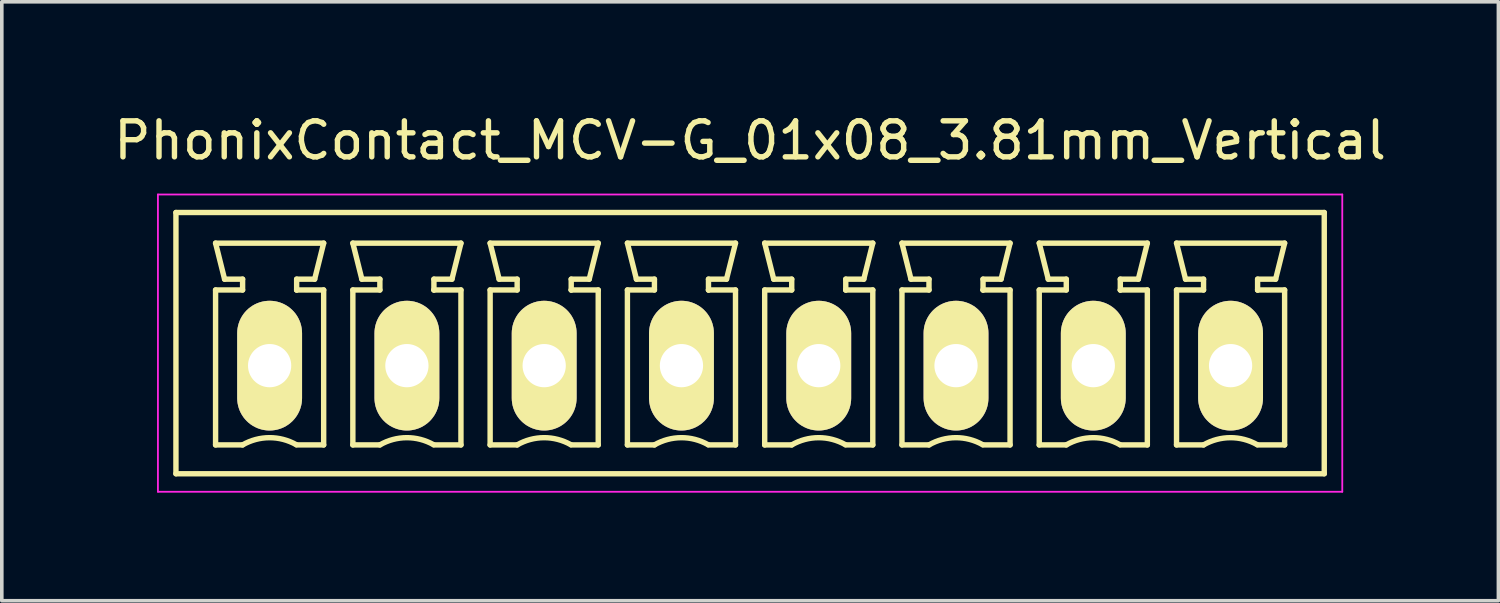
<source format=kicad_pcb>
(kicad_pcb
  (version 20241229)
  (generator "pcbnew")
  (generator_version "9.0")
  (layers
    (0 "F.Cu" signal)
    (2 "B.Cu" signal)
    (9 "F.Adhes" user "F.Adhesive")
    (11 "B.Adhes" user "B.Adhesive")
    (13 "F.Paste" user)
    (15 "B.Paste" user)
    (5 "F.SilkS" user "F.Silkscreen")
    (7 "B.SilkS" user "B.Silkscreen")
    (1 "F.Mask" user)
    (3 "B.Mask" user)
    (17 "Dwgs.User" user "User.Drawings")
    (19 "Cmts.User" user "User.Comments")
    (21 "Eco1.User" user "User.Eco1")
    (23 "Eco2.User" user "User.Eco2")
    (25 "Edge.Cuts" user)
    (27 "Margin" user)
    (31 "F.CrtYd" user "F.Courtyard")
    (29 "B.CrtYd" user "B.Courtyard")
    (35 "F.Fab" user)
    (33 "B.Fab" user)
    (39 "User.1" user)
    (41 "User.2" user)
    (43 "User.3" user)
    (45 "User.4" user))
  (footprint "PhonixContact_MCV-G_01x08_3.81mm_Vertical"
    (layer "F.Cu")
    (at 4.433 7.098)
    (property "Reference" "PhonixContact_MCV-G_01x08_3.81mm_Vertical" (at 13.335 -6.25 0) (layer "F.SilkS") (effects (font (size 1 1) (thickness 0.15))))
    (attr through_hole)
    (fp_line (start -2.6 -4.25) (end -2.6 3) (stroke (width 0.15) (type solid)) (layer "F.SilkS"))
    (fp_line (start -2.6 3) (end 29.27 3) (stroke (width 0.15) (type solid)) (layer "F.SilkS"))
    (fp_line (start -1.5 -3.4) (end 1.5 -3.4) (stroke (width 0.15) (type solid)) (layer "F.SilkS"))
    (fp_line (start -1.5 -2.1) (end -0.75 -2.1) (stroke (width 0.15) (type solid)) (layer "F.SilkS"))
    (fp_line (start -1.5 2.2) (end -1.5 -2.1) (stroke (width 0.15) (type solid)) (layer "F.SilkS"))
    (fp_line (start -1.25 -2.4) (end -1.5 -3.4) (stroke (width 0.15) (type solid)) (layer "F.SilkS"))
    (fp_line (start -0.75 -2.4) (end -1.25 -2.4) (stroke (width 0.15) (type solid)) (layer "F.SilkS"))
    (fp_line (start -0.75 -2.1) (end -0.75 -2.4) (stroke (width 0.15) (type solid)) (layer "F.SilkS"))
    (fp_line (start -0.75 2.2) (end -1.5 2.2) (stroke (width 0.15) (type solid)) (layer "F.SilkS"))
    (fp_line (start 0.75 -2.4) (end 0.75 -2.1) (stroke (width 0.15) (type solid)) (layer "F.SilkS"))
    (fp_line (start 0.75 -2.1) (end 0.75 -2.1) (stroke (width 0.15) (type solid)) (layer "F.SilkS"))
    (fp_line (start 0.75 -2.1) (end 1.5 -2.1) (stroke (width 0.15) (type solid)) (layer "F.SilkS"))
    (fp_line (start 1.25 -2.4) (end 0.75 -2.4) (stroke (width 0.15) (type solid)) (layer "F.SilkS"))
    (fp_line (start 1.5 -3.4) (end 1.25 -2.4) (stroke (width 0.15) (type solid)) (layer "F.SilkS"))
    (fp_line (start 1.5 -2.1) (end 1.5 2.2) (stroke (width 0.15) (type solid)) (layer "F.SilkS"))
    (fp_line (start 1.5 2.2) (end 0.75 2.2) (stroke (width 0.15) (type solid)) (layer "F.SilkS"))
    (fp_line (start 2.31 -3.4) (end 5.31 -3.4) (stroke (width 0.15) (type solid)) (layer "F.SilkS"))
    (fp_line (start 2.31 -2.1) (end 3.06 -2.1) (stroke (width 0.15) (type solid)) (layer "F.SilkS"))
    (fp_line (start 2.31 2.2) (end 2.31 -2.1) (stroke (width 0.15) (type solid)) (layer "F.SilkS"))
    (fp_line (start 2.56 -2.4) (end 2.31 -3.4) (stroke (width 0.15) (type solid)) (layer "F.SilkS"))
    (fp_line (start 3.06 -2.4) (end 2.56 -2.4) (stroke (width 0.15) (type solid)) (layer "F.SilkS"))
    (fp_line (start 3.06 -2.1) (end 3.06 -2.4) (stroke (width 0.15) (type solid)) (layer "F.SilkS"))
    (fp_line (start 3.06 2.2) (end 2.31 2.2) (stroke (width 0.15) (type solid)) (layer "F.SilkS"))
    (fp_line (start 4.56 -2.4) (end 4.56 -2.1) (stroke (width 0.15) (type solid)) (layer "F.SilkS"))
    (fp_line (start 4.56 -2.1) (end 4.56 -2.1) (stroke (width 0.15) (type solid)) (layer "F.SilkS"))
    (fp_line (start 4.56 -2.1) (end 5.31 -2.1) (stroke (width 0.15) (type solid)) (layer "F.SilkS"))
    (fp_line (start 5.06 -2.4) (end 4.56 -2.4) (stroke (width 0.15) (type solid)) (layer "F.SilkS"))
    (fp_line (start 5.31 -3.4) (end 5.06 -2.4) (stroke (width 0.15) (type solid)) (layer "F.SilkS"))
    (fp_line (start 5.31 -2.1) (end 5.31 2.2) (stroke (width 0.15) (type solid)) (layer "F.SilkS"))
    (fp_line (start 5.31 2.2) (end 4.56 2.2) (stroke (width 0.15) (type solid)) (layer "F.SilkS"))
    (fp_line (start 6.12 -3.4) (end 9.12 -3.4) (stroke (width 0.15) (type solid)) (layer "F.SilkS"))
    (fp_line (start 6.12 -2.1) (end 6.87 -2.1) (stroke (width 0.15) (type solid)) (layer "F.SilkS"))
    (fp_line (start 6.12 2.2) (end 6.12 -2.1) (stroke (width 0.15) (type solid)) (layer "F.SilkS"))
    (fp_line (start 6.37 -2.4) (end 6.12 -3.4) (stroke (width 0.15) (type solid)) (layer "F.SilkS"))
    (fp_line (start 6.87 -2.4) (end 6.37 -2.4) (stroke (width 0.15) (type solid)) (layer "F.SilkS"))
    (fp_line (start 6.87 -2.1) (end 6.87 -2.4) (stroke (width 0.15) (type solid)) (layer "F.SilkS"))
    (fp_line (start 6.87 2.2) (end 6.12 2.2) (stroke (width 0.15) (type solid)) (layer "F.SilkS"))
    (fp_line (start 8.37 -2.4) (end 8.37 -2.1) (stroke (width 0.15) (type solid)) (layer "F.SilkS"))
    (fp_line (start 8.37 -2.1) (end 8.37 -2.1) (stroke (width 0.15) (type solid)) (layer "F.SilkS"))
    (fp_line (start 8.37 -2.1) (end 9.12 -2.1) (stroke (width 0.15) (type solid)) (layer "F.SilkS"))
    (fp_line (start 8.87 -2.4) (end 8.37 -2.4) (stroke (width 0.15) (type solid)) (layer "F.SilkS"))
    (fp_line (start 9.12 -3.4) (end 8.87 -2.4) (stroke (width 0.15) (type solid)) (layer "F.SilkS"))
    (fp_line (start 9.12 -2.1) (end 9.12 2.2) (stroke (width 0.15) (type solid)) (layer "F.SilkS"))
    (fp_line (start 9.12 2.2) (end 8.37 2.2) (stroke (width 0.15) (type solid)) (layer "F.SilkS"))
    (fp_line (start 9.93 -3.4) (end 12.93 -3.4) (stroke (width 0.15) (type solid)) (layer "F.SilkS"))
    (fp_line (start 9.93 -2.1) (end 10.68 -2.1) (stroke (width 0.15) (type solid)) (layer "F.SilkS"))
    (fp_line (start 9.93 2.2) (end 9.93 -2.1) (stroke (width 0.15) (type solid)) (layer "F.SilkS"))
    (fp_line (start 10.18 -2.4) (end 9.93 -3.4) (stroke (width 0.15) (type solid)) (layer "F.SilkS"))
    (fp_line (start 10.68 -2.4) (end 10.18 -2.4) (stroke (width 0.15) (type solid)) (layer "F.SilkS"))
    (fp_line (start 10.68 -2.1) (end 10.68 -2.4) (stroke (width 0.15) (type solid)) (layer "F.SilkS"))
    (fp_line (start 10.68 2.2) (end 9.93 2.2) (stroke (width 0.15) (type solid)) (layer "F.SilkS"))
    (fp_line (start 12.18 -2.4) (end 12.18 -2.1) (stroke (width 0.15) (type solid)) (layer "F.SilkS"))
    (fp_line (start 12.18 -2.1) (end 12.18 -2.1) (stroke (width 0.15) (type solid)) (layer "F.SilkS"))
    (fp_line (start 12.18 -2.1) (end 12.93 -2.1) (stroke (width 0.15) (type solid)) (layer "F.SilkS"))
    (fp_line (start 12.68 -2.4) (end 12.18 -2.4) (stroke (width 0.15) (type solid)) (layer "F.SilkS"))
    (fp_line (start 12.93 -3.4) (end 12.68 -2.4) (stroke (width 0.15) (type solid)) (layer "F.SilkS"))
    (fp_line (start 12.93 -2.1) (end 12.93 2.2) (stroke (width 0.15) (type solid)) (layer "F.SilkS"))
    (fp_line (start 12.93 2.2) (end 12.18 2.2) (stroke (width 0.15) (type solid)) (layer "F.SilkS"))
    (fp_line (start 13.74 -3.4) (end 16.74 -3.4) (stroke (width 0.15) (type solid)) (layer "F.SilkS"))
    (fp_line (start 13.74 -2.1) (end 14.49 -2.1) (stroke (width 0.15) (type solid)) (layer "F.SilkS"))
    (fp_line (start 13.74 2.2) (end 13.74 -2.1) (stroke (width 0.15) (type solid)) (layer "F.SilkS"))
    (fp_line (start 13.99 -2.4) (end 13.74 -3.4) (stroke (width 0.15) (type solid)) (layer "F.SilkS"))
    (fp_line (start 14.49 -2.4) (end 13.99 -2.4) (stroke (width 0.15) (type solid)) (layer "F.SilkS"))
    (fp_line (start 14.49 -2.1) (end 14.49 -2.4) (stroke (width 0.15) (type solid)) (layer "F.SilkS"))
    (fp_line (start 14.49 2.2) (end 13.74 2.2) (stroke (width 0.15) (type solid)) (layer "F.SilkS"))
    (fp_line (start 15.99 -2.4) (end 15.99 -2.1) (stroke (width 0.15) (type solid)) (layer "F.SilkS"))
    (fp_line (start 15.99 -2.1) (end 15.99 -2.1) (stroke (width 0.15) (type solid)) (layer "F.SilkS"))
    (fp_line (start 15.99 -2.1) (end 16.74 -2.1) (stroke (width 0.15) (type solid)) (layer "F.SilkS"))
    (fp_line (start 16.49 -2.4) (end 15.99 -2.4) (stroke (width 0.15) (type solid)) (layer "F.SilkS"))
    (fp_line (start 16.74 -3.4) (end 16.49 -2.4) (stroke (width 0.15) (type solid)) (layer "F.SilkS"))
    (fp_line (start 16.74 -2.1) (end 16.74 2.2) (stroke (width 0.15) (type solid)) (layer "F.SilkS"))
    (fp_line (start 16.74 2.2) (end 15.99 2.2) (stroke (width 0.15) (type solid)) (layer "F.SilkS"))
    (fp_line (start 17.55 -3.4) (end 20.55 -3.4) (stroke (width 0.15) (type solid)) (layer "F.SilkS"))
    (fp_line (start 17.55 -2.1) (end 18.3 -2.1) (stroke (width 0.15) (type solid)) (layer "F.SilkS"))
    (fp_line (start 17.55 2.2) (end 17.55 -2.1) (stroke (width 0.15) (type solid)) (layer "F.SilkS"))
    (fp_line (start 17.8 -2.4) (end 17.55 -3.4) (stroke (width 0.15) (type solid)) (layer "F.SilkS"))
    (fp_line (start 18.3 -2.4) (end 17.8 -2.4) (stroke (width 0.15) (type solid)) (layer "F.SilkS"))
    (fp_line (start 18.3 -2.1) (end 18.3 -2.4) (stroke (width 0.15) (type solid)) (layer "F.SilkS"))
    (fp_line (start 18.3 2.2) (end 17.55 2.2) (stroke (width 0.15) (type solid)) (layer "F.SilkS"))
    (fp_line (start 19.8 -2.4) (end 19.8 -2.1) (stroke (width 0.15) (type solid)) (layer "F.SilkS"))
    (fp_line (start 19.8 -2.1) (end 19.8 -2.1) (stroke (width 0.15) (type solid)) (layer "F.SilkS"))
    (fp_line (start 19.8 -2.1) (end 20.55 -2.1) (stroke (width 0.15) (type solid)) (layer "F.SilkS"))
    (fp_line (start 20.3 -2.4) (end 19.8 -2.4) (stroke (width 0.15) (type solid)) (layer "F.SilkS"))
    (fp_line (start 20.55 -3.4) (end 20.3 -2.4) (stroke (width 0.15) (type solid)) (layer "F.SilkS"))
    (fp_line (start 20.55 -2.1) (end 20.55 2.2) (stroke (width 0.15) (type solid)) (layer "F.SilkS"))
    (fp_line (start 20.55 2.2) (end 19.8 2.2) (stroke (width 0.15) (type solid)) (layer "F.SilkS"))
    (fp_line (start 21.36 -3.4) (end 24.36 -3.4) (stroke (width 0.15) (type solid)) (layer "F.SilkS"))
    (fp_line (start 21.36 -2.1) (end 22.11 -2.1) (stroke (width 0.15) (type solid)) (layer "F.SilkS"))
    (fp_line (start 21.36 2.2) (end 21.36 -2.1) (stroke (width 0.15) (type solid)) (layer "F.SilkS"))
    (fp_line (start 21.61 -2.4) (end 21.36 -3.4) (stroke (width 0.15) (type solid)) (layer "F.SilkS"))
    (fp_line (start 22.11 -2.4) (end 21.61 -2.4) (stroke (width 0.15) (type solid)) (layer "F.SilkS"))
    (fp_line (start 22.11 -2.1) (end 22.11 -2.4) (stroke (width 0.15) (type solid)) (layer "F.SilkS"))
    (fp_line (start 22.11 2.2) (end 21.36 2.2) (stroke (width 0.15) (type solid)) (layer "F.SilkS"))
    (fp_line (start 23.61 -2.4) (end 23.61 -2.1) (stroke (width 0.15) (type solid)) (layer "F.SilkS"))
    (fp_line (start 23.61 -2.1) (end 23.61 -2.1) (stroke (width 0.15) (type solid)) (layer "F.SilkS"))
    (fp_line (start 23.61 -2.1) (end 24.36 -2.1) (stroke (width 0.15) (type solid)) (layer "F.SilkS"))
    (fp_line (start 24.11 -2.4) (end 23.61 -2.4) (stroke (width 0.15) (type solid)) (layer "F.SilkS"))
    (fp_line (start 24.36 -3.4) (end 24.11 -2.4) (stroke (width 0.15) (type solid)) (layer "F.SilkS"))
    (fp_line (start 24.36 -2.1) (end 24.36 2.2) (stroke (width 0.15) (type solid)) (layer "F.SilkS"))
    (fp_line (start 24.36 2.2) (end 23.61 2.2) (stroke (width 0.15) (type solid)) (layer "F.SilkS"))
    (fp_line (start 25.17 -3.4) (end 28.17 -3.4) (stroke (width 0.15) (type solid)) (layer "F.SilkS"))
    (fp_line (start 25.17 -2.1) (end 25.92 -2.1) (stroke (width 0.15) (type solid)) (layer "F.SilkS"))
    (fp_line (start 25.17 2.2) (end 25.17 -2.1) (stroke (width 0.15) (type solid)) (layer "F.SilkS"))
    (fp_line (start 25.42 -2.4) (end 25.17 -3.4) (stroke (width 0.15) (type solid)) (layer "F.SilkS"))
    (fp_line (start 25.92 -2.4) (end 25.42 -2.4) (stroke (width 0.15) (type solid)) (layer "F.SilkS"))
    (fp_line (start 25.92 -2.1) (end 25.92 -2.4) (stroke (width 0.15) (type solid)) (layer "F.SilkS"))
    (fp_line (start 25.92 2.2) (end 25.17 2.2) (stroke (width 0.15) (type solid)) (layer "F.SilkS"))
    (fp_line (start 27.42 -2.4) (end 27.42 -2.1) (stroke (width 0.15) (type solid)) (layer "F.SilkS"))
    (fp_line (start 27.42 -2.1) (end 27.42 -2.1) (stroke (width 0.15) (type solid)) (layer "F.SilkS"))
    (fp_line (start 27.42 -2.1) (end 28.17 -2.1) (stroke (width 0.15) (type solid)) (layer "F.SilkS"))
    (fp_line (start 27.92 -2.4) (end 27.42 -2.4) (stroke (width 0.15) (type solid)) (layer "F.SilkS"))
    (fp_line (start 28.17 -3.4) (end 27.92 -2.4) (stroke (width 0.15) (type solid)) (layer "F.SilkS"))
    (fp_line (start 28.17 -2.1) (end 28.17 2.2) (stroke (width 0.15) (type solid)) (layer "F.SilkS"))
    (fp_line (start 28.17 2.2) (end 27.42 2.2) (stroke (width 0.15) (type solid)) (layer "F.SilkS"))
    (fp_line (start 29.27 -4.25) (end -2.6 -4.25) (stroke (width 0.15) (type solid)) (layer "F.SilkS"))
    (fp_line (start 29.27 3) (end 29.27 -4.25) (stroke (width 0.15) (type solid)) (layer "F.SilkS"))
    (fp_arc (start -0.75 2.2) (mid -0.006068 1.999179) (end 0.739464 2.193978) (stroke (width 0.15) (type solid)) (layer "F.SilkS"))
    (fp_arc (start 3.06 2.2) (mid 3.803932 1.999179) (end 4.549464 2.193978) (stroke (width 0.15) (type solid)) (layer "F.SilkS"))
    (fp_arc (start 6.87 2.2) (mid 7.613932 1.999179) (end 8.359464 2.193978) (stroke (width 0.15) (type solid)) (layer "F.SilkS"))
    (fp_arc (start 10.68 2.2) (mid 11.423932 1.999179) (end 12.169464 2.193978) (stroke (width 0.15) (type solid)) (layer "F.SilkS"))
    (fp_arc (start 14.49 2.2) (mid 15.233932 1.999179) (end 15.979464 2.193978) (stroke (width 0.15) (type solid)) (layer "F.SilkS"))
    (fp_arc (start 18.3 2.2) (mid 19.043932 1.999179) (end 19.789464 2.193978) (stroke (width 0.15) (type solid)) (layer "F.SilkS"))
    (fp_arc (start 22.11 2.2) (mid 22.853932 1.999179) (end 23.599464 2.193978) (stroke (width 0.15) (type solid)) (layer "F.SilkS"))
    (fp_arc (start 25.92 2.2) (mid 26.663932 1.999179) (end 27.409464 2.193978) (stroke (width 0.15) (type solid)) (layer "F.SilkS"))
    (fp_line (start -3.1 -4.75) (end -3.1 3.5) (stroke (width 0.05) (type solid)) (layer "F.CrtYd"))
    (fp_line (start -3.1 3.5) (end 29.77 3.5) (stroke (width 0.05) (type solid)) (layer "F.CrtYd"))
    (fp_line (start 29.77 -4.75) (end -3.1 -4.75) (stroke (width 0.05) (type solid)) (layer "F.CrtYd"))
    (fp_line (start 29.77 3.5) (end 29.77 -4.75) (stroke (width 0.05) (type solid)) (layer "F.CrtYd"))
    (pad "1" thru_hole oval (at 0 0) (size 1.8 3.6) (drill 1.2) (layers "*.Cu" "*.Mask" "F.SilkS"))
    (pad "2" thru_hole oval (at 3.81 0) (size 1.8 3.6) (drill 1.2) (layers "*.Cu" "*.Mask" "F.SilkS"))
    (pad "3" thru_hole oval (at 7.62 0) (size 1.8 3.6) (drill 1.2) (layers "*.Cu" "*.Mask" "F.SilkS"))
    (pad "4" thru_hole oval (at 11.43 0) (size 1.8 3.6) (drill 1.2) (layers "*.Cu" "*.Mask" "F.SilkS"))
    (pad "5" thru_hole oval (at 15.24 0) (size 1.8 3.6) (drill 1.2) (layers "*.Cu" "*.Mask" "F.SilkS"))
    (pad "6" thru_hole oval (at 19.05 0) (size 1.8 3.6) (drill 1.2) (layers "*.Cu" "*.Mask" "F.SilkS"))
    (pad "7" thru_hole oval (at 22.86 0) (size 1.8 3.6) (drill 1.2) (layers "*.Cu" "*.Mask" "F.SilkS"))
    (pad "8" thru_hole oval (at 26.67 0) (size 1.8 3.6) (drill 1.2) (layers "*.Cu" "*.Mask" "F.SilkS")))
  (gr_rect
    (start -3 -3)
    (end 38.536 13.623)
    (stroke (width 0.1) (type default))
    (fill no)
    (layer "Edge.Cuts")))
</source>
